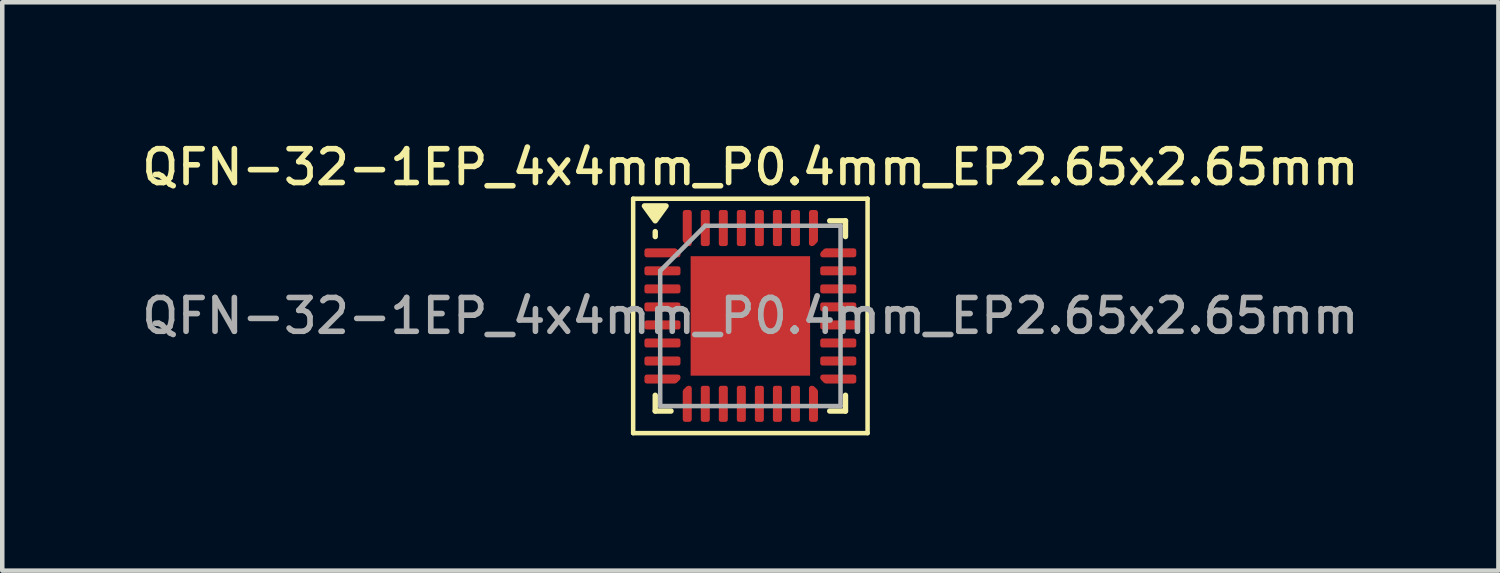
<source format=kicad_pcb>
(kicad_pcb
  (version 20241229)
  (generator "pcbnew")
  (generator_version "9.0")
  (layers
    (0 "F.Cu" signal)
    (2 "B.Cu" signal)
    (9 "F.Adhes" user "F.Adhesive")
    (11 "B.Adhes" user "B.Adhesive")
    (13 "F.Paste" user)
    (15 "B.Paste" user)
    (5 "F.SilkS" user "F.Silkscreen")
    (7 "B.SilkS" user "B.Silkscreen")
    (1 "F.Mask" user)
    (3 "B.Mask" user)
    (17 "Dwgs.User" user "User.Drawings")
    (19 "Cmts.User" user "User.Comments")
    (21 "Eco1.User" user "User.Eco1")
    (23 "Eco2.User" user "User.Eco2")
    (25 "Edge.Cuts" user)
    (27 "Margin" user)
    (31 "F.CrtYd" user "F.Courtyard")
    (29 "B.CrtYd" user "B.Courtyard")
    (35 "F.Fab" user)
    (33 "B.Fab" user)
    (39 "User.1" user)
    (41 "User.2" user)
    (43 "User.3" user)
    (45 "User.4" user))
  (footprint "QFN-32-1EP_4x4mm_P0.4mm_EP2.65x2.65mm"
    (layer "F.Cu")
    (at 13.595 3.958)
    (property "Reference" "QFN-32-1EP_4x4mm_P0.4mm_EP2.65x2.65mm" (at 0 -3.3 0) (layer "F.SilkS") (effects (font (size 0.75 0.75) (thickness 0.125))))
    (attr smd)
    (fp_line (start -2.6 -2.6) (end -2.6 2.6) (stroke (width 0.1) (type solid)) (layer "F.SilkS"))
    (fp_line (start -2.6 2.6) (end 2.6 2.6) (stroke (width 0.1) (type solid)) (layer "F.SilkS"))
    (fp_line (start -2.11 -1.76) (end -2.11 -1.87) (stroke (width 0.12) (type solid)) (layer "F.SilkS"))
    (fp_line (start -2.11 2.11) (end -2.11 1.76) (stroke (width 0.12) (type solid)) (layer "F.SilkS"))
    (fp_line (start -1.76 2.11) (end -2.11 2.11) (stroke (width 0.12) (type solid)) (layer "F.SilkS"))
    (fp_line (start 1.76 -2.11) (end 2.11 -2.11) (stroke (width 0.12) (type solid)) (layer "F.SilkS"))
    (fp_line (start 1.76 2.11) (end 2.11 2.11) (stroke (width 0.12) (type solid)) (layer "F.SilkS"))
    (fp_line (start 2.11 -2.11) (end 2.11 -1.76) (stroke (width 0.12) (type solid)) (layer "F.SilkS"))
    (fp_line (start 2.11 2.11) (end 2.11 1.76) (stroke (width 0.12) (type solid)) (layer "F.SilkS"))
    (fp_line (start 2.6 -2.6) (end -2.6 -2.6) (stroke (width 0.1) (type solid)) (layer "F.SilkS"))
    (fp_line (start 2.6 2.6) (end 2.6 -2.6) (stroke (width 0.1) (type solid)) (layer "F.SilkS"))
    (fp_poly (pts (xy -2.11 -2.11) (xy -2.35 -2.44) (xy -1.87 -2.44) (xy -2.11 -2.11)) (stroke (width 0.12) (type solid)) (fill yes) (layer "F.SilkS"))
    (fp_line (start -2 -1) (end -1 -2) (stroke (width 0.1) (type solid)) (layer "F.Fab"))
    (fp_line (start -2 2) (end -2 -1) (stroke (width 0.1) (type solid)) (layer "F.Fab"))
    (fp_line (start -1 -2) (end 2 -2) (stroke (width 0.1) (type solid)) (layer "F.Fab"))
    (fp_line (start 2 -2) (end 2 2) (stroke (width 0.1) (type solid)) (layer "F.Fab"))
    (fp_line (start 2 2) (end -2 2) (stroke (width 0.1) (type solid)) (layer "F.Fab"))
    (fp_text user "${REFERENCE}" (at 0 0 0) (layer "F.Fab") (effects (font (size 0.75 0.75) (thickness 0.125))))
    (pad "" smd roundrect (at -0.66 -0.66) (size 1.07 1.07) (layers "F.Paste") (roundrect_rratio 0.234))
    (pad "" smd roundrect (at -0.66 0.66) (size 1.07 1.07) (layers "F.Paste") (roundrect_rratio 0.234))
    (pad "" smd roundrect (at 0.66 -0.66) (size 1.07 1.07) (layers "F.Paste") (roundrect_rratio 0.234))
    (pad "" smd roundrect (at 0.66 0.66) (size 1.07 1.07) (layers "F.Paste") (roundrect_rratio 0.234))
    (pad "1" smd custom (at -1.95 -1.4) (size 0.129 0.129) (layers "F.Cu" "F.Mask" "F.Paste") (options (anchor circle)) (primitives (gr_poly (pts (xy -0.35 -0.05) (xy 0.279 -0.05) (xy 0.35 0.021) (xy 0.35 0.05) (xy -0.35 0.05)) (width 0.1) (fill yes))))
    (pad "2" smd roundrect (at -1.95 -1) (size 0.8 0.2) (layers "F.Cu" "F.Mask" "F.Paste") (roundrect_rratio 0.25))
    (pad "3" smd roundrect (at -1.95 -0.6) (size 0.8 0.2) (layers "F.Cu" "F.Mask" "F.Paste") (roundrect_rratio 0.25))
    (pad "4" smd roundrect (at -1.95 -0.2) (size 0.8 0.2) (layers "F.Cu" "F.Mask" "F.Paste") (roundrect_rratio 0.25))
    (pad "5" smd roundrect (at -1.95 0.2) (size 0.8 0.2) (layers "F.Cu" "F.Mask" "F.Paste") (roundrect_rratio 0.25))
    (pad "6" smd roundrect (at -1.95 0.6) (size 0.8 0.2) (layers "F.Cu" "F.Mask" "F.Paste") (roundrect_rratio 0.25))
    (pad "7" smd roundrect (at -1.95 1) (size 0.8 0.2) (layers "F.Cu" "F.Mask" "F.Paste") (roundrect_rratio 0.25))
    (pad "8" smd custom (at -1.95 1.4) (size 0.129 0.129) (layers "F.Cu" "F.Mask" "F.Paste") (options (anchor circle)) (primitives (gr_poly (pts (xy -0.35 -0.05) (xy 0.35 -0.05) (xy 0.35 -0.021) (xy 0.279 0.05) (xy -0.35 0.05)) (width 0.1) (fill yes))))
    (pad "9" smd custom (at -1.4 1.95) (size 0.129 0.129) (layers "F.Cu" "F.Mask" "F.Paste") (options (anchor circle)) (primitives (gr_poly (pts (xy -0.05 -0.279) (xy 0.021 -0.35) (xy 0.05 -0.35) (xy 0.05 0.35) (xy -0.05 0.35)) (width 0.1) (fill yes))))
    (pad "10" smd roundrect (at -1 1.95) (size 0.2 0.8) (layers "F.Cu" "F.Mask" "F.Paste") (roundrect_rratio 0.25))
    (pad "11" smd roundrect (at -0.6 1.95) (size 0.2 0.8) (layers "F.Cu" "F.Mask" "F.Paste") (roundrect_rratio 0.25))
    (pad "12" smd roundrect (at -0.2 1.95) (size 0.2 0.8) (layers "F.Cu" "F.Mask" "F.Paste") (roundrect_rratio 0.25))
    (pad "13" smd roundrect (at 0.2 1.95) (size 0.2 0.8) (layers "F.Cu" "F.Mask" "F.Paste") (roundrect_rratio 0.25))
    (pad "14" smd roundrect (at 0.6 1.95) (size 0.2 0.8) (layers "F.Cu" "F.Mask" "F.Paste") (roundrect_rratio 0.25))
    (pad "15" smd roundrect (at 1 1.95) (size 0.2 0.8) (layers "F.Cu" "F.Mask" "F.Paste") (roundrect_rratio 0.25))
    (pad "16" smd custom (at 1.4 1.95) (size 0.129 0.129) (layers "F.Cu" "F.Mask" "F.Paste") (options (anchor circle)) (primitives (gr_poly (pts (xy -0.05 -0.35) (xy -0.021 -0.35) (xy 0.05 -0.279) (xy 0.05 0.35) (xy -0.05 0.35)) (width 0.1) (fill yes))))
    (pad "17" smd custom (at 1.95 1.4) (size 0.129 0.129) (layers "F.Cu" "F.Mask" "F.Paste") (options (anchor circle)) (primitives (gr_poly (pts (xy -0.35 -0.05) (xy 0.35 -0.05) (xy 0.35 0.05) (xy -0.279 0.05) (xy -0.35 -0.021)) (width 0.1) (fill yes))))
    (pad "18" smd roundrect (at 1.95 1) (size 0.8 0.2) (layers "F.Cu" "F.Mask" "F.Paste") (roundrect_rratio 0.25))
    (pad "19" smd roundrect (at 1.95 0.6) (size 0.8 0.2) (layers "F.Cu" "F.Mask" "F.Paste") (roundrect_rratio 0.25))
    (pad "20" smd roundrect (at 1.95 0.2) (size 0.8 0.2) (layers "F.Cu" "F.Mask" "F.Paste") (roundrect_rratio 0.25))
    (pad "21" smd roundrect (at 1.95 -0.2) (size 0.8 0.2) (layers "F.Cu" "F.Mask" "F.Paste") (roundrect_rratio 0.25))
    (pad "22" smd roundrect (at 1.95 -0.6) (size 0.8 0.2) (layers "F.Cu" "F.Mask" "F.Paste") (roundrect_rratio 0.25))
    (pad "23" smd roundrect (at 1.95 -1) (size 0.8 0.2) (layers "F.Cu" "F.Mask" "F.Paste") (roundrect_rratio 0.25))
    (pad "24" smd custom (at 1.95 -1.4) (size 0.129 0.129) (layers "F.Cu" "F.Mask" "F.Paste") (options (anchor circle)) (primitives (gr_poly (pts (xy -0.35 0.021) (xy -0.279 -0.05) (xy 0.35 -0.05) (xy 0.35 0.05) (xy -0.35 0.05)) (width 0.1) (fill yes))))
    (pad "25" smd custom (at 1.4 -1.95) (size 0.129 0.129) (layers "F.Cu" "F.Mask" "F.Paste") (options (anchor circle)) (primitives (gr_poly (pts (xy -0.05 -0.35) (xy 0.05 -0.35) (xy 0.05 0.279) (xy -0.021 0.35) (xy -0.05 0.35)) (width 0.1) (fill yes))))
    (pad "26" smd roundrect (at 1 -1.95) (size 0.2 0.8) (layers "F.Cu" "F.Mask" "F.Paste") (roundrect_rratio 0.25))
    (pad "27" smd roundrect (at 0.6 -1.95) (size 0.2 0.8) (layers "F.Cu" "F.Mask" "F.Paste") (roundrect_rratio 0.25))
    (pad "28" smd roundrect (at 0.2 -1.95) (size 0.2 0.8) (layers "F.Cu" "F.Mask" "F.Paste") (roundrect_rratio 0.25))
    (pad "29" smd roundrect (at -0.2 -1.95) (size 0.2 0.8) (layers "F.Cu" "F.Mask" "F.Paste") (roundrect_rratio 0.25))
    (pad "30" smd roundrect (at -0.6 -1.95) (size 0.2 0.8) (layers "F.Cu" "F.Mask" "F.Paste") (roundrect_rratio 0.25))
    (pad "31" smd roundrect (at -1 -1.95) (size 0.2 0.8) (layers "F.Cu" "F.Mask" "F.Paste") (roundrect_rratio 0.25))
    (pad "32" smd custom (at -1.4 -1.95) (size 0.129 0.129) (layers "F.Cu" "F.Mask" "F.Paste") (options (anchor circle)) (primitives (gr_poly (pts (xy -0.05 -0.35) (xy 0.05 -0.35) (xy 0.05 0.35) (xy 0.021 0.35) (xy -0.05 0.279)) (width 0.1) (fill yes))))
    (pad "33" smd rect (at 0 0) (size 2.65 2.65) (property pad_prop_heatsink) (layers "F.Cu" "F.Mask")))
  (gr_rect
    (start -3 -3)
    (end 30.189 9.608)
    (stroke (width 0.1) (type default))
    (fill no)
    (layer "Edge.Cuts")))
</source>
